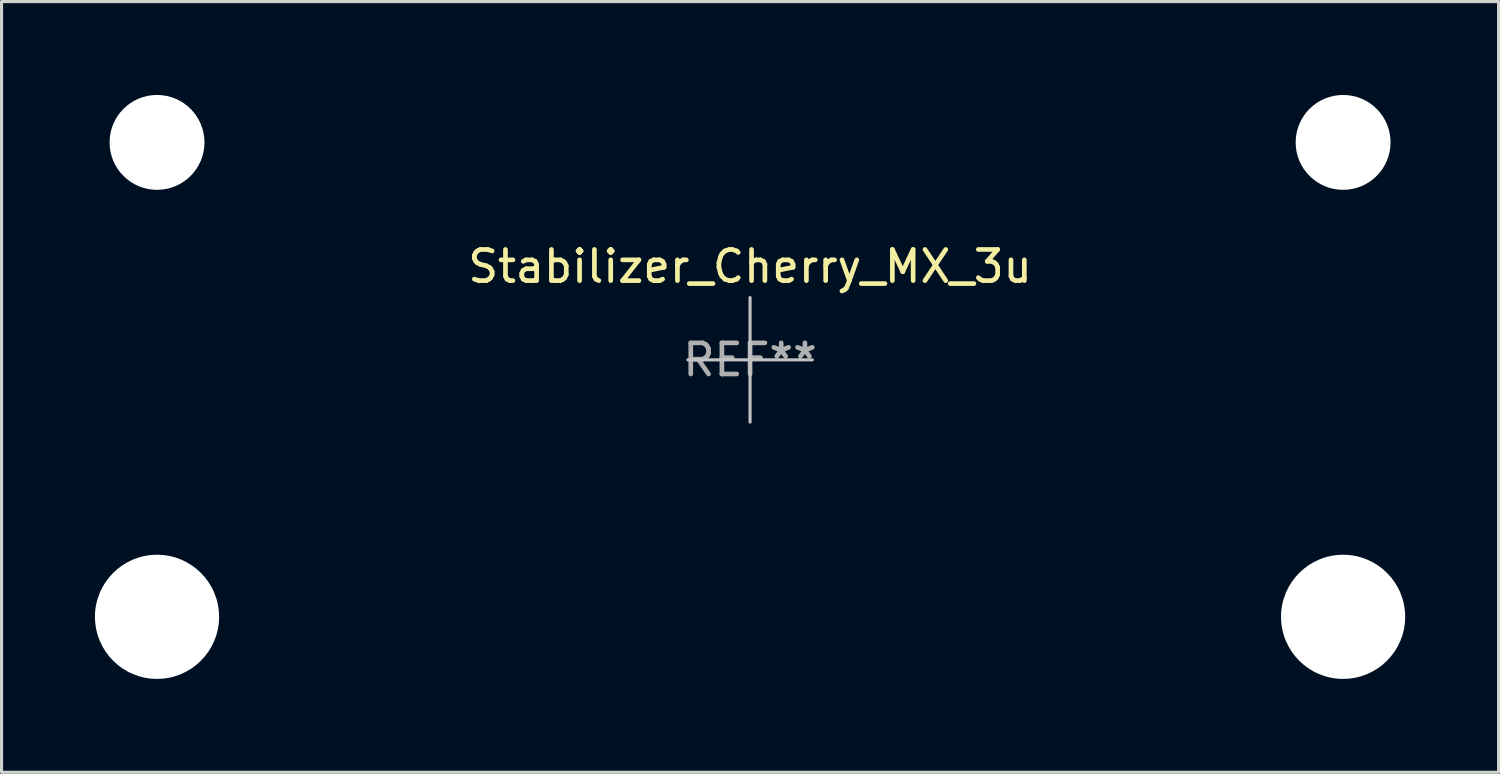
<source format=kicad_pcb>
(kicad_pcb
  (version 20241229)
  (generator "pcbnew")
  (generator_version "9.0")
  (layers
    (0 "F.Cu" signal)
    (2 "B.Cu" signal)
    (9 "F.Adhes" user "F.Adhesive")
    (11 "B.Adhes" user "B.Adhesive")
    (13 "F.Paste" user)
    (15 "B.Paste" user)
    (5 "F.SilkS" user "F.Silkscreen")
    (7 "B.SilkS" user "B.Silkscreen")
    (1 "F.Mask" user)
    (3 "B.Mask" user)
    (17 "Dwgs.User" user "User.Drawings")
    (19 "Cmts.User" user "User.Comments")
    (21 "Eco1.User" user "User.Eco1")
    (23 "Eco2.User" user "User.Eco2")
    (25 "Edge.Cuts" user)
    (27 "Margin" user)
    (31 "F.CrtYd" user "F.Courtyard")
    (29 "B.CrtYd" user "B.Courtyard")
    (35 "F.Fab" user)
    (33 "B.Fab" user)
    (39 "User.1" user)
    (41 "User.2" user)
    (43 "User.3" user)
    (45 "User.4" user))
  (footprint "Stabilizer_Cherry_MX_3u"
    (layer "F.Cu")
    (at 21.044 8.509)
    (property "Reference" "Stabilizer_Cherry_MX_3u" (at 0 -3 0) (layer "F.SilkS") (effects (font (size 1 1) (thickness 0.15))))
    (attr exclude_from_pos_files exclude_from_bom)
    (fp_line (start -2 0) (end 2 0) (stroke (width 0.1) (type solid)) (layer "Dwgs.User"))
    (fp_line (start 0 2) (end 0 -2) (stroke (width 0.1) (type solid)) (layer "Dwgs.User"))
    (fp_text user "REF**" (at 0 0 0) (layer "F.Fab") (effects (font (size 1 1) (thickness 0.15))))
    (pad "" np_thru_hole circle (at -19.05 -6.985) (size 3.048 3.048) (drill 3.048) (layers "*.Cu" "*.Mask"))
    (pad "" np_thru_hole circle (at -19.05 8.255) (size 3.988 3.988) (drill 3.988) (layers "*.Cu" "*.Mask"))
    (pad "" np_thru_hole circle (at 19.05 -6.985) (size 3.048 3.048) (drill 3.048) (layers "*.Cu" "*.Mask"))
    (pad "" np_thru_hole circle (at 19.05 8.255) (size 3.988 3.988) (drill 3.988) (layers "*.Cu" "*.Mask")))
  (gr_rect
    (start -3 -3)
    (end 45.088 21.758)
    (stroke (width 0.1) (type default))
    (fill no)
    (layer "Edge.Cuts")))
</source>
